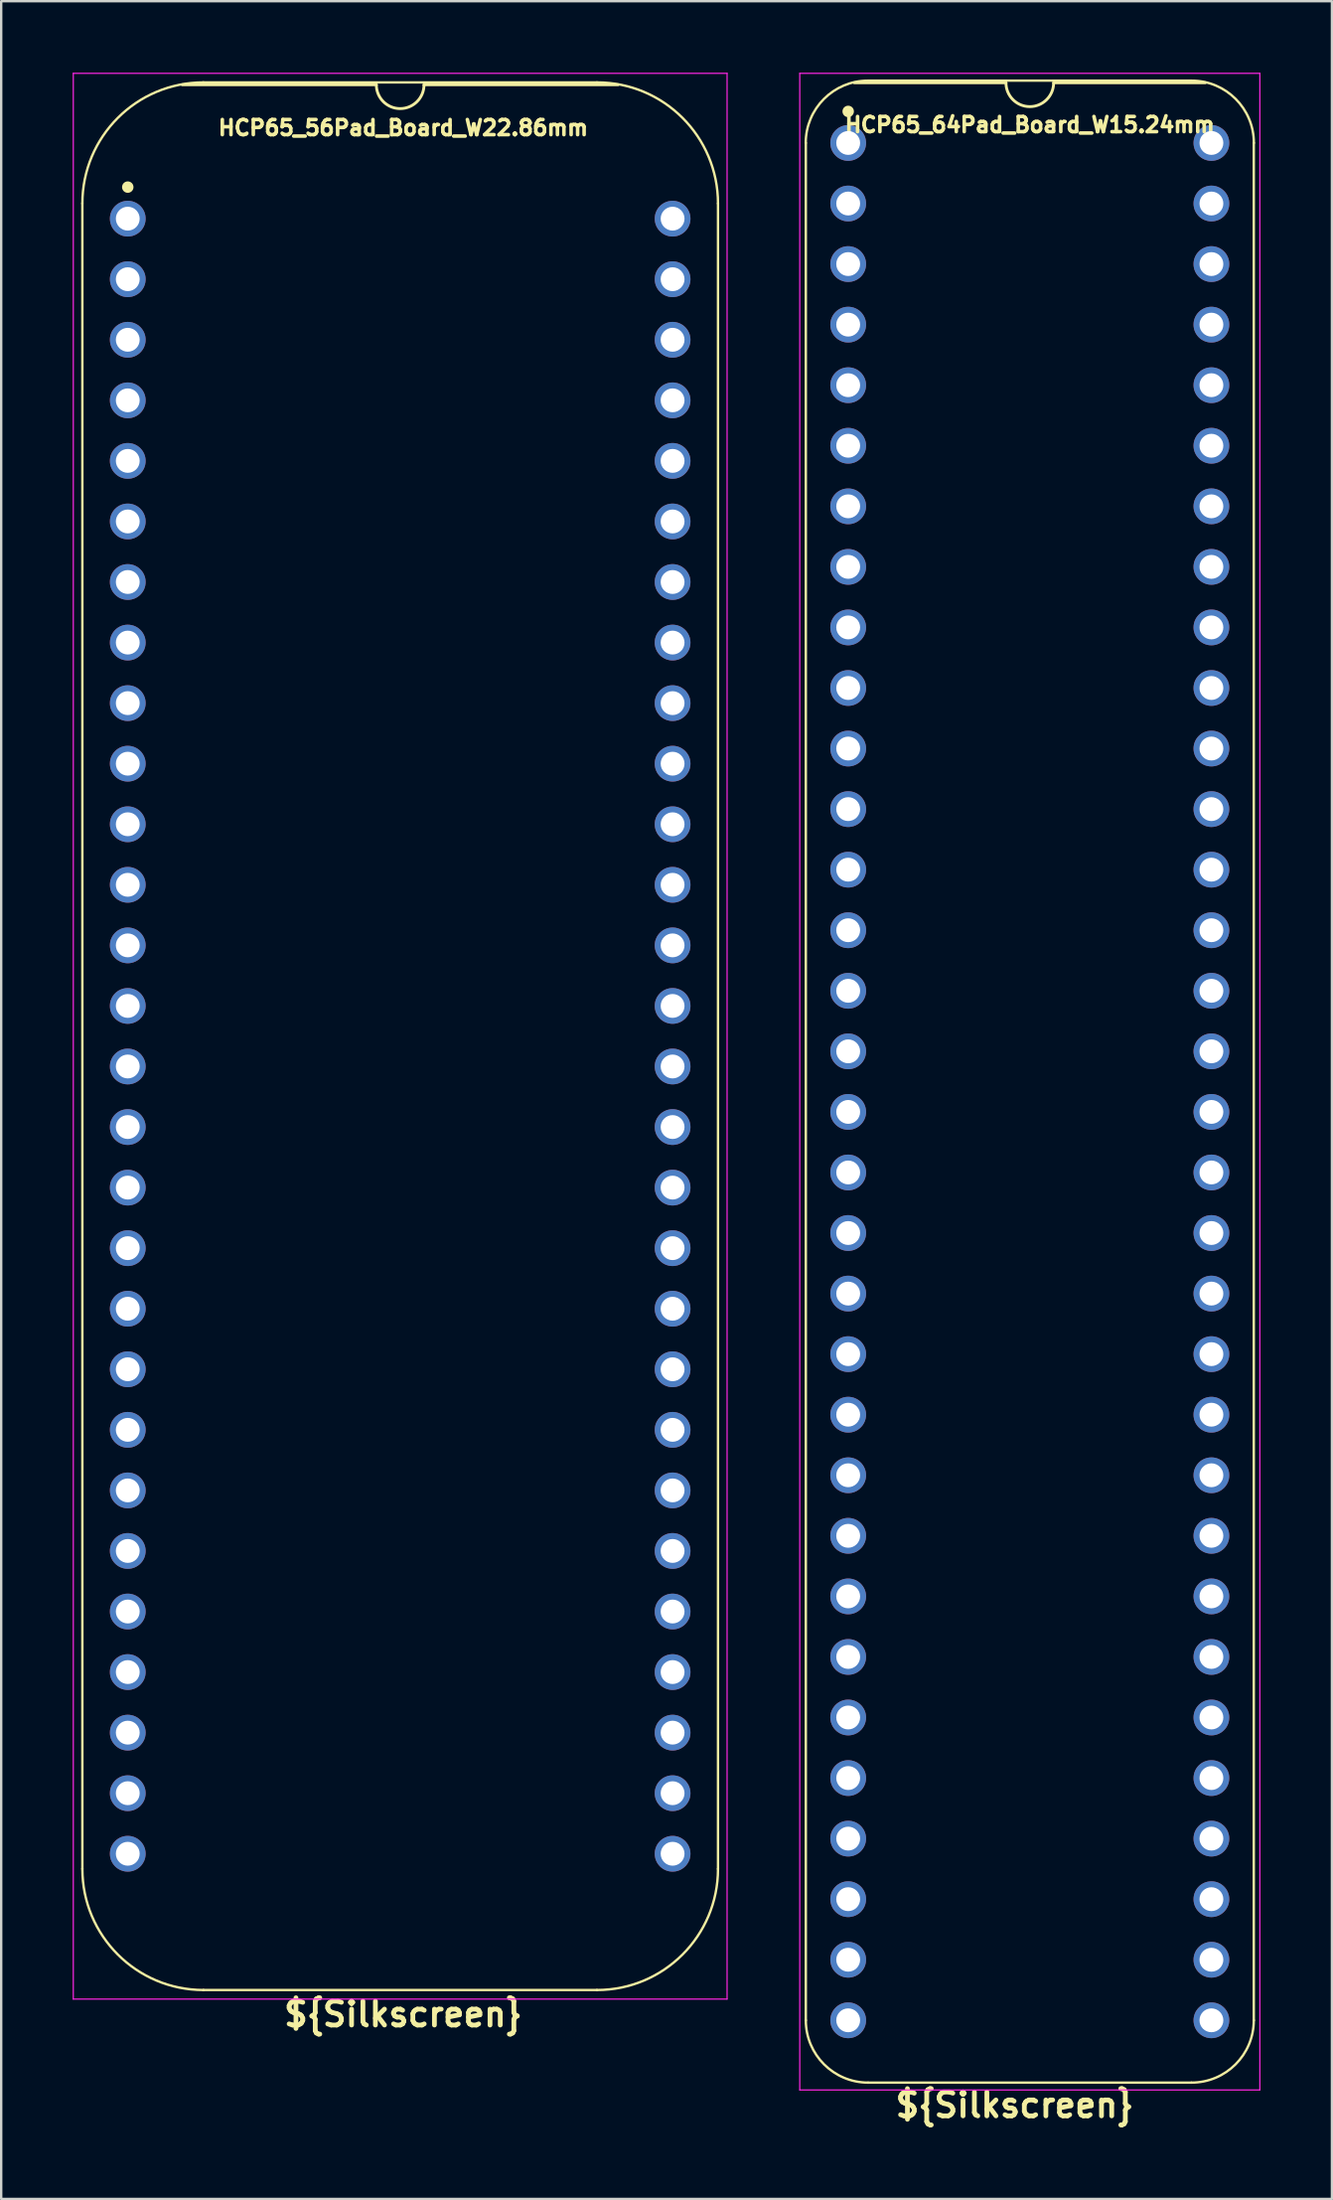
<source format=kicad_pcb>
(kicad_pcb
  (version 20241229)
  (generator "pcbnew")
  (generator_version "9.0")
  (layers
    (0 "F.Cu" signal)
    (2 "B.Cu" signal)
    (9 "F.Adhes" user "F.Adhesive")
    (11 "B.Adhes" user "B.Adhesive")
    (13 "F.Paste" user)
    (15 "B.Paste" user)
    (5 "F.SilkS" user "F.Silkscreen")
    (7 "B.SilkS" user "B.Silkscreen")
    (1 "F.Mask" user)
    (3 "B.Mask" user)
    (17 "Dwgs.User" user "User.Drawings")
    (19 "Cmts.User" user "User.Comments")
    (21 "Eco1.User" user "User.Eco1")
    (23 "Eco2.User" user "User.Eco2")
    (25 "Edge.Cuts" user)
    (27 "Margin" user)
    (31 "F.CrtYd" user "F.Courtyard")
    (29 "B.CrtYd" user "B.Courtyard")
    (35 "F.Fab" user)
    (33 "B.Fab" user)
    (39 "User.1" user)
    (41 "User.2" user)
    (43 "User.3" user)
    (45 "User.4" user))
  (footprint "HCP65_56Pad_Board_W22.86mm"
    (layer "F.Cu")
    (at 2.311 6.121)
    (property "Reference" "HCP65_56Pad_Board_W22.86mm" (at 11.557 -3.81 0) (layer "F.SilkS") (effects (font (size 0.635 0.635) (thickness 0.15))))
    (property "Silkscreen" "${Silkscreen}" (at 11.557 75.311 0) (unlocked yes) (layer "F.SilkS") (effects (font (size 1 1) (thickness 0.2) (bold yes))))
    (attr through_hole)
    (fp_line (start -1.905 -0.635) (end -1.905 69.215) (stroke (width 0.1) (type solid)) (layer "F.SilkS"))
    (fp_line (start 10.43 -5.616) (end 2.286 -5.616) (stroke (width 0.12) (type solid)) (layer "F.SilkS"))
    (fp_line (start 19.685 -5.715) (end 3.175 -5.715) (stroke (width 0.1) (type solid)) (layer "F.SilkS"))
    (fp_line (start 19.685 74.295) (end 3.175 74.295) (stroke (width 0.1) (type solid)) (layer "F.SilkS"))
    (fp_line (start 20.574 -5.616) (end 12.43 -5.616) (stroke (width 0.12) (type solid)) (layer "F.SilkS"))
    (fp_line (start 24.765 69.215) (end 24.765 -0.635) (stroke (width 0.1) (type solid)) (layer "F.SilkS"))
    (fp_arc (start -1.905 -0.635) (mid -0.417102 -4.227102) (end 3.175 -5.715) (stroke (width 0.1) (type solid)) (layer "F.SilkS"))
    (fp_arc (start 3.175 74.295) (mid -0.417102 72.807102) (end -1.905 69.215) (stroke (width 0.1) (type solid)) (layer "F.SilkS"))
    (fp_arc (start 12.43 -5.616) (mid 11.43 -4.616) (end 10.43 -5.616) (stroke (width 0.12) (type solid)) (layer "F.SilkS"))
    (fp_arc (start 19.685 -5.715) (mid 23.277102 -4.227102) (end 24.765 -0.635) (stroke (width 0.1) (type solid)) (layer "F.SilkS"))
    (fp_arc (start 24.765 69.215) (mid 23.277102 72.807102) (end 19.685 74.295) (stroke (width 0.1) (type solid)) (layer "F.SilkS"))
    (fp_circle (center 0 -1.323) (end 0.18 -1.323) (stroke (width 0.12) (type solid)) (fill yes) (layer "F.SilkS"))
    (fp_line (start -2.286 -6.096) (end -2.286 74.676) (stroke (width 0.05) (type solid)) (layer "F.CrtYd"))
    (fp_line (start -2.286 -6.096) (end 25.146 -6.096) (stroke (width 0.05) (type solid)) (layer "F.CrtYd"))
    (fp_line (start -2.286 74.676) (end 25.146 74.676) (stroke (width 0.05) (type solid)) (layer "F.CrtYd"))
    (fp_line (start 25.146 74.676) (end 25.146 -6.096) (stroke (width 0.05) (type solid)) (layer "F.CrtYd"))
    (pad "1" thru_hole circle (at 0 0) (size 1.5 1.5) (drill 1) (layers "*.Cu" "*.Mask"))
    (pad "2" thru_hole circle (at 0 2.54) (size 1.5 1.5) (drill 1) (layers "*.Cu" "*.Mask"))
    (pad "3" thru_hole circle (at 0 5.08) (size 1.5 1.5) (drill 1) (layers "*.Cu" "*.Mask"))
    (pad "4" thru_hole circle (at 0 7.62) (size 1.5 1.5) (drill 1) (layers "*.Cu" "*.Mask"))
    (pad "5" thru_hole circle (at 0 10.16) (size 1.5 1.5) (drill 1) (layers "*.Cu" "*.Mask"))
    (pad "6" thru_hole circle (at 0 12.7) (size 1.5 1.5) (drill 1) (layers "*.Cu" "*.Mask"))
    (pad "7" thru_hole circle (at 0 15.24) (size 1.5 1.5) (drill 1) (layers "*.Cu" "*.Mask"))
    (pad "8" thru_hole circle (at 0 17.78) (size 1.5 1.5) (drill 1) (layers "*.Cu" "*.Mask"))
    (pad "9" thru_hole circle (at 0 20.32) (size 1.5 1.5) (drill 1) (layers "*.Cu" "*.Mask"))
    (pad "10" thru_hole circle (at 0 22.86) (size 1.5 1.5) (drill 1) (layers "*.Cu" "*.Mask"))
    (pad "11" thru_hole circle (at 0 25.4) (size 1.5 1.5) (drill 1) (layers "*.Cu" "*.Mask"))
    (pad "12" thru_hole circle (at 0 27.94) (size 1.5 1.5) (drill 1) (layers "*.Cu" "*.Mask"))
    (pad "13" thru_hole circle (at 0 30.48) (size 1.5 1.5) (drill 1) (layers "*.Cu" "*.Mask"))
    (pad "14" thru_hole circle (at 0 33.02) (size 1.5 1.5) (drill 1) (layers "*.Cu" "*.Mask"))
    (pad "15" thru_hole circle (at 0 35.56) (size 1.5 1.5) (drill 1) (layers "*.Cu" "*.Mask"))
    (pad "16" thru_hole circle (at 0 38.1) (size 1.5 1.5) (drill 1) (layers "*.Cu" "*.Mask"))
    (pad "17" thru_hole circle (at 0 40.64) (size 1.5 1.5) (drill 1) (layers "*.Cu" "*.Mask"))
    (pad "18" thru_hole circle (at 0 43.18) (size 1.5 1.5) (drill 1) (layers "*.Cu" "*.Mask"))
    (pad "19" thru_hole circle (at 0 45.72) (size 1.5 1.5) (drill 1) (layers "*.Cu" "*.Mask"))
    (pad "20" thru_hole circle (at 0 48.26) (size 1.5 1.5) (drill 1) (layers "*.Cu" "*.Mask"))
    (pad "21" thru_hole circle (at 0 50.8) (size 1.5 1.5) (drill 1) (layers "*.Cu" "*.Mask"))
    (pad "22" thru_hole circle (at 0 53.34) (size 1.5 1.5) (drill 1) (layers "*.Cu" "*.Mask"))
    (pad "23" thru_hole circle (at 0 55.88) (size 1.5 1.5) (drill 1) (layers "*.Cu" "*.Mask"))
    (pad "24" thru_hole circle (at 0 58.42) (size 1.5 1.5) (drill 1) (layers "*.Cu" "*.Mask"))
    (pad "25" thru_hole circle (at 0 60.96) (size 1.5 1.5) (drill 1) (layers "*.Cu" "*.Mask"))
    (pad "26" thru_hole circle (at 0 63.5) (size 1.5 1.5) (drill 1) (layers "*.Cu" "*.Mask"))
    (pad "27" thru_hole circle (at 0 66.04) (size 1.5 1.5) (drill 1) (layers "*.Cu" "*.Mask"))
    (pad "28" thru_hole circle (at 0 68.58) (size 1.5 1.5) (drill 1) (layers "*.Cu" "*.Mask"))
    (pad "29" thru_hole circle (at 22.86 68.58) (size 1.5 1.5) (drill 1) (layers "*.Cu" "*.Mask"))
    (pad "30" thru_hole circle (at 22.86 66.04) (size 1.5 1.5) (drill 1) (layers "*.Cu" "*.Mask"))
    (pad "31" thru_hole circle (at 22.86 63.5) (size 1.5 1.5) (drill 1) (layers "*.Cu" "*.Mask"))
    (pad "32" thru_hole circle (at 22.86 60.96) (size 1.5 1.5) (drill 1) (layers "*.Cu" "*.Mask"))
    (pad "33" thru_hole circle (at 22.86 58.42) (size 1.5 1.5) (drill 1) (layers "*.Cu" "*.Mask"))
    (pad "34" thru_hole circle (at 22.86 55.88) (size 1.5 1.5) (drill 1) (layers "*.Cu" "*.Mask"))
    (pad "35" thru_hole circle (at 22.86 53.34) (size 1.5 1.5) (drill 1) (layers "*.Cu" "*.Mask"))
    (pad "36" thru_hole circle (at 22.86 50.8) (size 1.5 1.5) (drill 1) (layers "*.Cu" "*.Mask"))
    (pad "37" thru_hole circle (at 22.86 48.26) (size 1.5 1.5) (drill 1) (layers "*.Cu" "*.Mask"))
    (pad "38" thru_hole circle (at 22.86 45.72) (size 1.5 1.5) (drill 1) (layers "*.Cu" "*.Mask"))
    (pad "39" thru_hole circle (at 22.86 43.18) (size 1.5 1.5) (drill 1) (layers "*.Cu" "*.Mask"))
    (pad "40" thru_hole circle (at 22.86 40.64) (size 1.5 1.5) (drill 1) (layers "*.Cu" "*.Mask"))
    (pad "41" thru_hole circle (at 22.86 38.1) (size 1.5 1.5) (drill 1) (layers "*.Cu" "*.Mask"))
    (pad "42" thru_hole circle (at 22.86 35.56) (size 1.5 1.5) (drill 1) (layers "*.Cu" "*.Mask"))
    (pad "43" thru_hole circle (at 22.86 33.02) (size 1.5 1.5) (drill 1) (layers "*.Cu" "*.Mask"))
    (pad "44" thru_hole circle (at 22.86 30.48) (size 1.5 1.5) (drill 1) (layers "*.Cu" "*.Mask"))
    (pad "45" thru_hole circle (at 22.86 27.94) (size 1.5 1.5) (drill 1) (layers "*.Cu" "*.Mask"))
    (pad "46" thru_hole circle (at 22.86 25.4) (size 1.5 1.5) (drill 1) (layers "*.Cu" "*.Mask"))
    (pad "47" thru_hole circle (at 22.86 22.86) (size 1.5 1.5) (drill 1) (layers "*.Cu" "*.Mask"))
    (pad "48" thru_hole circle (at 22.86 20.32) (size 1.5 1.5) (drill 1) (layers "*.Cu" "*.Mask"))
    (pad "49" thru_hole circle (at 22.86 17.78) (size 1.5 1.5) (drill 1) (layers "*.Cu" "*.Mask"))
    (pad "50" thru_hole circle (at 22.86 15.24) (size 1.5 1.5) (drill 1) (layers "*.Cu" "*.Mask"))
    (pad "51" thru_hole circle (at 22.86 12.7) (size 1.5 1.5) (drill 1) (layers "*.Cu" "*.Mask"))
    (pad "52" thru_hole circle (at 22.86 10.16) (size 1.5 1.5) (drill 1) (layers "*.Cu" "*.Mask"))
    (pad "53" thru_hole circle (at 22.86 7.62) (size 1.5 1.5) (drill 1) (layers "*.Cu" "*.Mask"))
    (pad "54" thru_hole circle (at 22.86 5.08) (size 1.5 1.5) (drill 1) (layers "*.Cu" "*.Mask"))
    (pad "55" thru_hole circle (at 22.86 2.54) (size 1.5 1.5) (drill 1) (layers "*.Cu" "*.Mask"))
    (pad "56" thru_hole circle (at 22.86 0) (size 1.5 1.5) (drill 1) (layers "*.Cu" "*.Mask")))
  (footprint "HCP65_64Pad_Board_W15.24mm"
    (layer "F.Cu")
    (at 32.539 2.946)
    (property "Reference" "HCP65_64Pad_Board_W15.24mm" (at 7.62 -0.762 0) (layer "F.SilkS") (effects (font (size 0.635 0.635) (thickness 0.15))))
    (property "Silkscreen" "${Silkscreen}" (at 6.985 82.296 0) (layer "F.SilkS") (effects (font (size 1 1) (thickness 0.2))))
    (attr through_hole)
    (fp_line (start -1.778 78.74) (end -1.778 0) (stroke (width 0.1) (type solid)) (layer "F.SilkS"))
    (fp_line (start 0.832 -2.614) (end 14.408 -2.614) (stroke (width 0.1) (type solid)) (layer "F.SilkS"))
    (fp_line (start 6.62 -2.524) (end 0.254 -2.524) (stroke (width 0.12) (type solid)) (layer "F.SilkS"))
    (fp_line (start 14.404 81.354) (end 0.836 81.354) (stroke (width 0.1) (type solid)) (layer "F.SilkS"))
    (fp_line (start 14.986 -2.524) (end 8.62 -2.524) (stroke (width 0.12) (type solid)) (layer "F.SilkS"))
    (fp_line (start 17.018 78.74) (end 17.018 0) (stroke (width 0.1) (type solid)) (layer "F.SilkS"))
    (fp_arc (start -1.781544 0) (mid -1.016 -1.848188) (end 0.832188 -2.613732) (stroke (width 0.1) (type solid)) (layer "F.SilkS"))
    (fp_arc (start 0.835733 81.353733) (mid -1.012456 80.588189) (end -1.778 78.74) (stroke (width 0.1) (type solid)) (layer "F.SilkS"))
    (fp_arc (start 8.62 -2.524) (mid 7.62 -1.524) (end 6.62 -2.524) (stroke (width 0.12) (type solid)) (layer "F.SilkS"))
    (fp_arc (start 14.407812 -2.613732) (mid 16.256 -1.848188) (end 17.021544 0) (stroke (width 0.1) (type solid)) (layer "F.SilkS"))
    (fp_arc (start 17.018001 78.740001) (mid 16.252456 80.588188) (end 14.404269 81.353733) (stroke (width 0.1) (type solid)) (layer "F.SilkS"))
    (fp_circle (center 0 -1.323) (end 0.18 -1.323) (stroke (width 0.12) (type solid)) (fill yes) (layer "F.SilkS"))
    (fp_line (start -2.032 -2.921) (end -2.032 81.661) (stroke (width 0.05) (type solid)) (layer "F.CrtYd"))
    (fp_line (start -2.032 -2.921) (end 17.272 -2.921) (stroke (width 0.05) (type solid)) (layer "F.CrtYd"))
    (fp_line (start -2.032 81.661) (end 17.272 81.661) (stroke (width 0.05) (type solid)) (layer "F.CrtYd"))
    (fp_line (start 17.272 -2.921) (end 17.272 81.661) (stroke (width 0.05) (type solid)) (layer "F.CrtYd"))
    (pad "1" thru_hole circle (at 0 0) (size 1.5 1.5) (drill 1) (layers "*.Cu" "*.Mask"))
    (pad "2" thru_hole circle (at 0 2.54) (size 1.5 1.5) (drill 1) (layers "*.Cu" "*.Mask"))
    (pad "3" thru_hole circle (at 0 5.08) (size 1.5 1.5) (drill 1) (layers "*.Cu" "*.Mask"))
    (pad "4" thru_hole circle (at 0 7.62) (size 1.5 1.5) (drill 1) (layers "*.Cu" "*.Mask"))
    (pad "5" thru_hole circle (at 0 10.16) (size 1.5 1.5) (drill 1) (layers "*.Cu" "*.Mask"))
    (pad "6" thru_hole circle (at 0 12.7) (size 1.5 1.5) (drill 1) (layers "*.Cu" "*.Mask"))
    (pad "7" thru_hole circle (at 0 15.24) (size 1.5 1.5) (drill 1) (layers "*.Cu" "*.Mask"))
    (pad "8" thru_hole circle (at 0 17.78) (size 1.5 1.5) (drill 1) (layers "*.Cu" "*.Mask"))
    (pad "9" thru_hole circle (at 0 20.32) (size 1.5 1.5) (drill 1) (layers "*.Cu" "*.Mask"))
    (pad "10" thru_hole circle (at 0 22.86) (size 1.5 1.5) (drill 1) (layers "*.Cu" "*.Mask"))
    (pad "11" thru_hole circle (at 0 25.4) (size 1.5 1.5) (drill 1) (layers "*.Cu" "*.Mask"))
    (pad "12" thru_hole circle (at 0 27.94) (size 1.5 1.5) (drill 1) (layers "*.Cu" "*.Mask"))
    (pad "13" thru_hole circle (at 0 30.48) (size 1.5 1.5) (drill 1) (layers "*.Cu" "*.Mask"))
    (pad "14" thru_hole circle (at 0 33.02) (size 1.5 1.5) (drill 1) (layers "*.Cu" "*.Mask"))
    (pad "15" thru_hole circle (at 0 35.56) (size 1.5 1.5) (drill 1) (layers "*.Cu" "*.Mask"))
    (pad "16" thru_hole circle (at 0 38.1) (size 1.5 1.5) (drill 1) (layers "*.Cu" "*.Mask"))
    (pad "17" thru_hole circle (at 0 40.64) (size 1.5 1.5) (drill 1) (layers "*.Cu" "*.Mask"))
    (pad "18" thru_hole circle (at 0 43.18) (size 1.5 1.5) (drill 1) (layers "*.Cu" "*.Mask"))
    (pad "19" thru_hole circle (at 0 45.72) (size 1.5 1.5) (drill 1) (layers "*.Cu" "*.Mask"))
    (pad "20" thru_hole circle (at 0 48.26) (size 1.5 1.5) (drill 1) (layers "*.Cu" "*.Mask"))
    (pad "21" thru_hole circle (at 0 50.8) (size 1.5 1.5) (drill 1) (layers "*.Cu" "*.Mask"))
    (pad "22" thru_hole circle (at 0 53.34) (size 1.5 1.5) (drill 1) (layers "*.Cu" "*.Mask"))
    (pad "23" thru_hole circle (at 0 55.88) (size 1.5 1.5) (drill 1) (layers "*.Cu" "*.Mask"))
    (pad "24" thru_hole circle (at 0 58.42) (size 1.5 1.5) (drill 1) (layers "*.Cu" "*.Mask"))
    (pad "25" thru_hole circle (at 0 60.96) (size 1.5 1.5) (drill 1) (layers "*.Cu" "*.Mask"))
    (pad "26" thru_hole circle (at 0 63.5) (size 1.5 1.5) (drill 1) (layers "*.Cu" "*.Mask"))
    (pad "27" thru_hole circle (at 0 66.04) (size 1.5 1.5) (drill 1) (layers "*.Cu" "*.Mask"))
    (pad "28" thru_hole circle (at 0 68.58) (size 1.5 1.5) (drill 1) (layers "*.Cu" "*.Mask"))
    (pad "29" thru_hole circle (at 0 71.12) (size 1.5 1.5) (drill 1) (layers "*.Cu" "*.Mask"))
    (pad "30" thru_hole circle (at 0 73.66) (size 1.5 1.5) (drill 1) (layers "*.Cu" "*.Mask"))
    (pad "31" thru_hole circle (at 0 76.2) (size 1.5 1.5) (drill 1) (layers "*.Cu" "*.Mask"))
    (pad "32" thru_hole circle (at 0 78.74) (size 1.5 1.5) (drill 1) (layers "*.Cu" "*.Mask"))
    (pad "33" thru_hole circle (at 15.24 78.74) (size 1.5 1.5) (drill 1) (layers "*.Cu" "*.Mask"))
    (pad "34" thru_hole circle (at 15.24 76.2) (size 1.5 1.5) (drill 1) (layers "*.Cu" "*.Mask"))
    (pad "35" thru_hole circle (at 15.24 73.66) (size 1.5 1.5) (drill 1) (layers "*.Cu" "*.Mask"))
    (pad "36" thru_hole circle (at 15.24 71.12) (size 1.5 1.5) (drill 1) (layers "*.Cu" "*.Mask"))
    (pad "37" thru_hole circle (at 15.24 68.58) (size 1.5 1.5) (drill 1) (layers "*.Cu" "*.Mask"))
    (pad "38" thru_hole circle (at 15.24 66.04) (size 1.5 1.5) (drill 1) (layers "*.Cu" "*.Mask"))
    (pad "39" thru_hole circle (at 15.24 63.5) (size 1.5 1.5) (drill 1) (layers "*.Cu" "*.Mask"))
    (pad "40" thru_hole circle (at 15.24 60.96) (size 1.5 1.5) (drill 1) (layers "*.Cu" "*.Mask"))
    (pad "41" thru_hole circle (at 15.24 58.42) (size 1.5 1.5) (drill 1) (layers "*.Cu" "*.Mask"))
    (pad "42" thru_hole circle (at 15.24 55.88) (size 1.5 1.5) (drill 1) (layers "*.Cu" "*.Mask"))
    (pad "43" thru_hole circle (at 15.24 53.34) (size 1.5 1.5) (drill 1) (layers "*.Cu" "*.Mask"))
    (pad "44" thru_hole circle (at 15.24 50.8) (size 1.5 1.5) (drill 1) (layers "*.Cu" "*.Mask"))
    (pad "45" thru_hole circle (at 15.24 48.26) (size 1.5 1.5) (drill 1) (layers "*.Cu" "*.Mask"))
    (pad "46" thru_hole circle (at 15.24 45.72) (size 1.5 1.5) (drill 1) (layers "*.Cu" "*.Mask"))
    (pad "47" thru_hole circle (at 15.24 43.18) (size 1.5 1.5) (drill 1) (layers "*.Cu" "*.Mask"))
    (pad "48" thru_hole circle (at 15.24 40.64) (size 1.5 1.5) (drill 1) (layers "*.Cu" "*.Mask"))
    (pad "49" thru_hole circle (at 15.24 38.1) (size 1.5 1.5) (drill 1) (layers "*.Cu" "*.Mask"))
    (pad "50" thru_hole circle (at 15.24 35.56) (size 1.5 1.5) (drill 1) (layers "*.Cu" "*.Mask"))
    (pad "51" thru_hole circle (at 15.24 33.02) (size 1.5 1.5) (drill 1) (layers "*.Cu" "*.Mask"))
    (pad "52" thru_hole circle (at 15.24 30.48) (size 1.5 1.5) (drill 1) (layers "*.Cu" "*.Mask"))
    (pad "53" thru_hole circle (at 15.24 27.94) (size 1.5 1.5) (drill 1) (layers "*.Cu" "*.Mask"))
    (pad "54" thru_hole circle (at 15.24 25.4) (size 1.5 1.5) (drill 1) (layers "*.Cu" "*.Mask"))
    (pad "55" thru_hole circle (at 15.24 22.86) (size 1.5 1.5) (drill 1) (layers "*.Cu" "*.Mask"))
    (pad "56" thru_hole circle (at 15.24 20.32) (size 1.5 1.5) (drill 1) (layers "*.Cu" "*.Mask"))
    (pad "57" thru_hole circle (at 15.24 17.78) (size 1.5 1.5) (drill 1) (layers "*.Cu" "*.Mask"))
    (pad "58" thru_hole circle (at 15.24 15.24) (size 1.5 1.5) (drill 1) (layers "*.Cu" "*.Mask"))
    (pad "59" thru_hole circle (at 15.24 12.7) (size 1.5 1.5) (drill 1) (layers "*.Cu" "*.Mask"))
    (pad "60" thru_hole circle (at 15.24 10.16) (size 1.5 1.5) (drill 1) (layers "*.Cu" "*.Mask"))
    (pad "61" thru_hole circle (at 15.24 7.62) (size 1.5 1.5) (drill 1) (layers "*.Cu" "*.Mask"))
    (pad "62" thru_hole circle (at 15.24 5.08) (size 1.5 1.5) (drill 1) (layers "*.Cu" "*.Mask"))
    (pad "63" thru_hole circle (at 15.24 2.54) (size 1.5 1.5) (drill 1) (layers "*.Cu" "*.Mask"))
    (pad "64" thru_hole circle (at 15.24 0) (size 1.5 1.5) (drill 1) (layers "*.Cu" "*.Mask")))
  (gr_rect
    (start -3 -3)
    (end 52.836 89.178)
    (stroke (width 0.1) (type default))
    (fill no)
    (layer "Edge.Cuts")))
</source>
